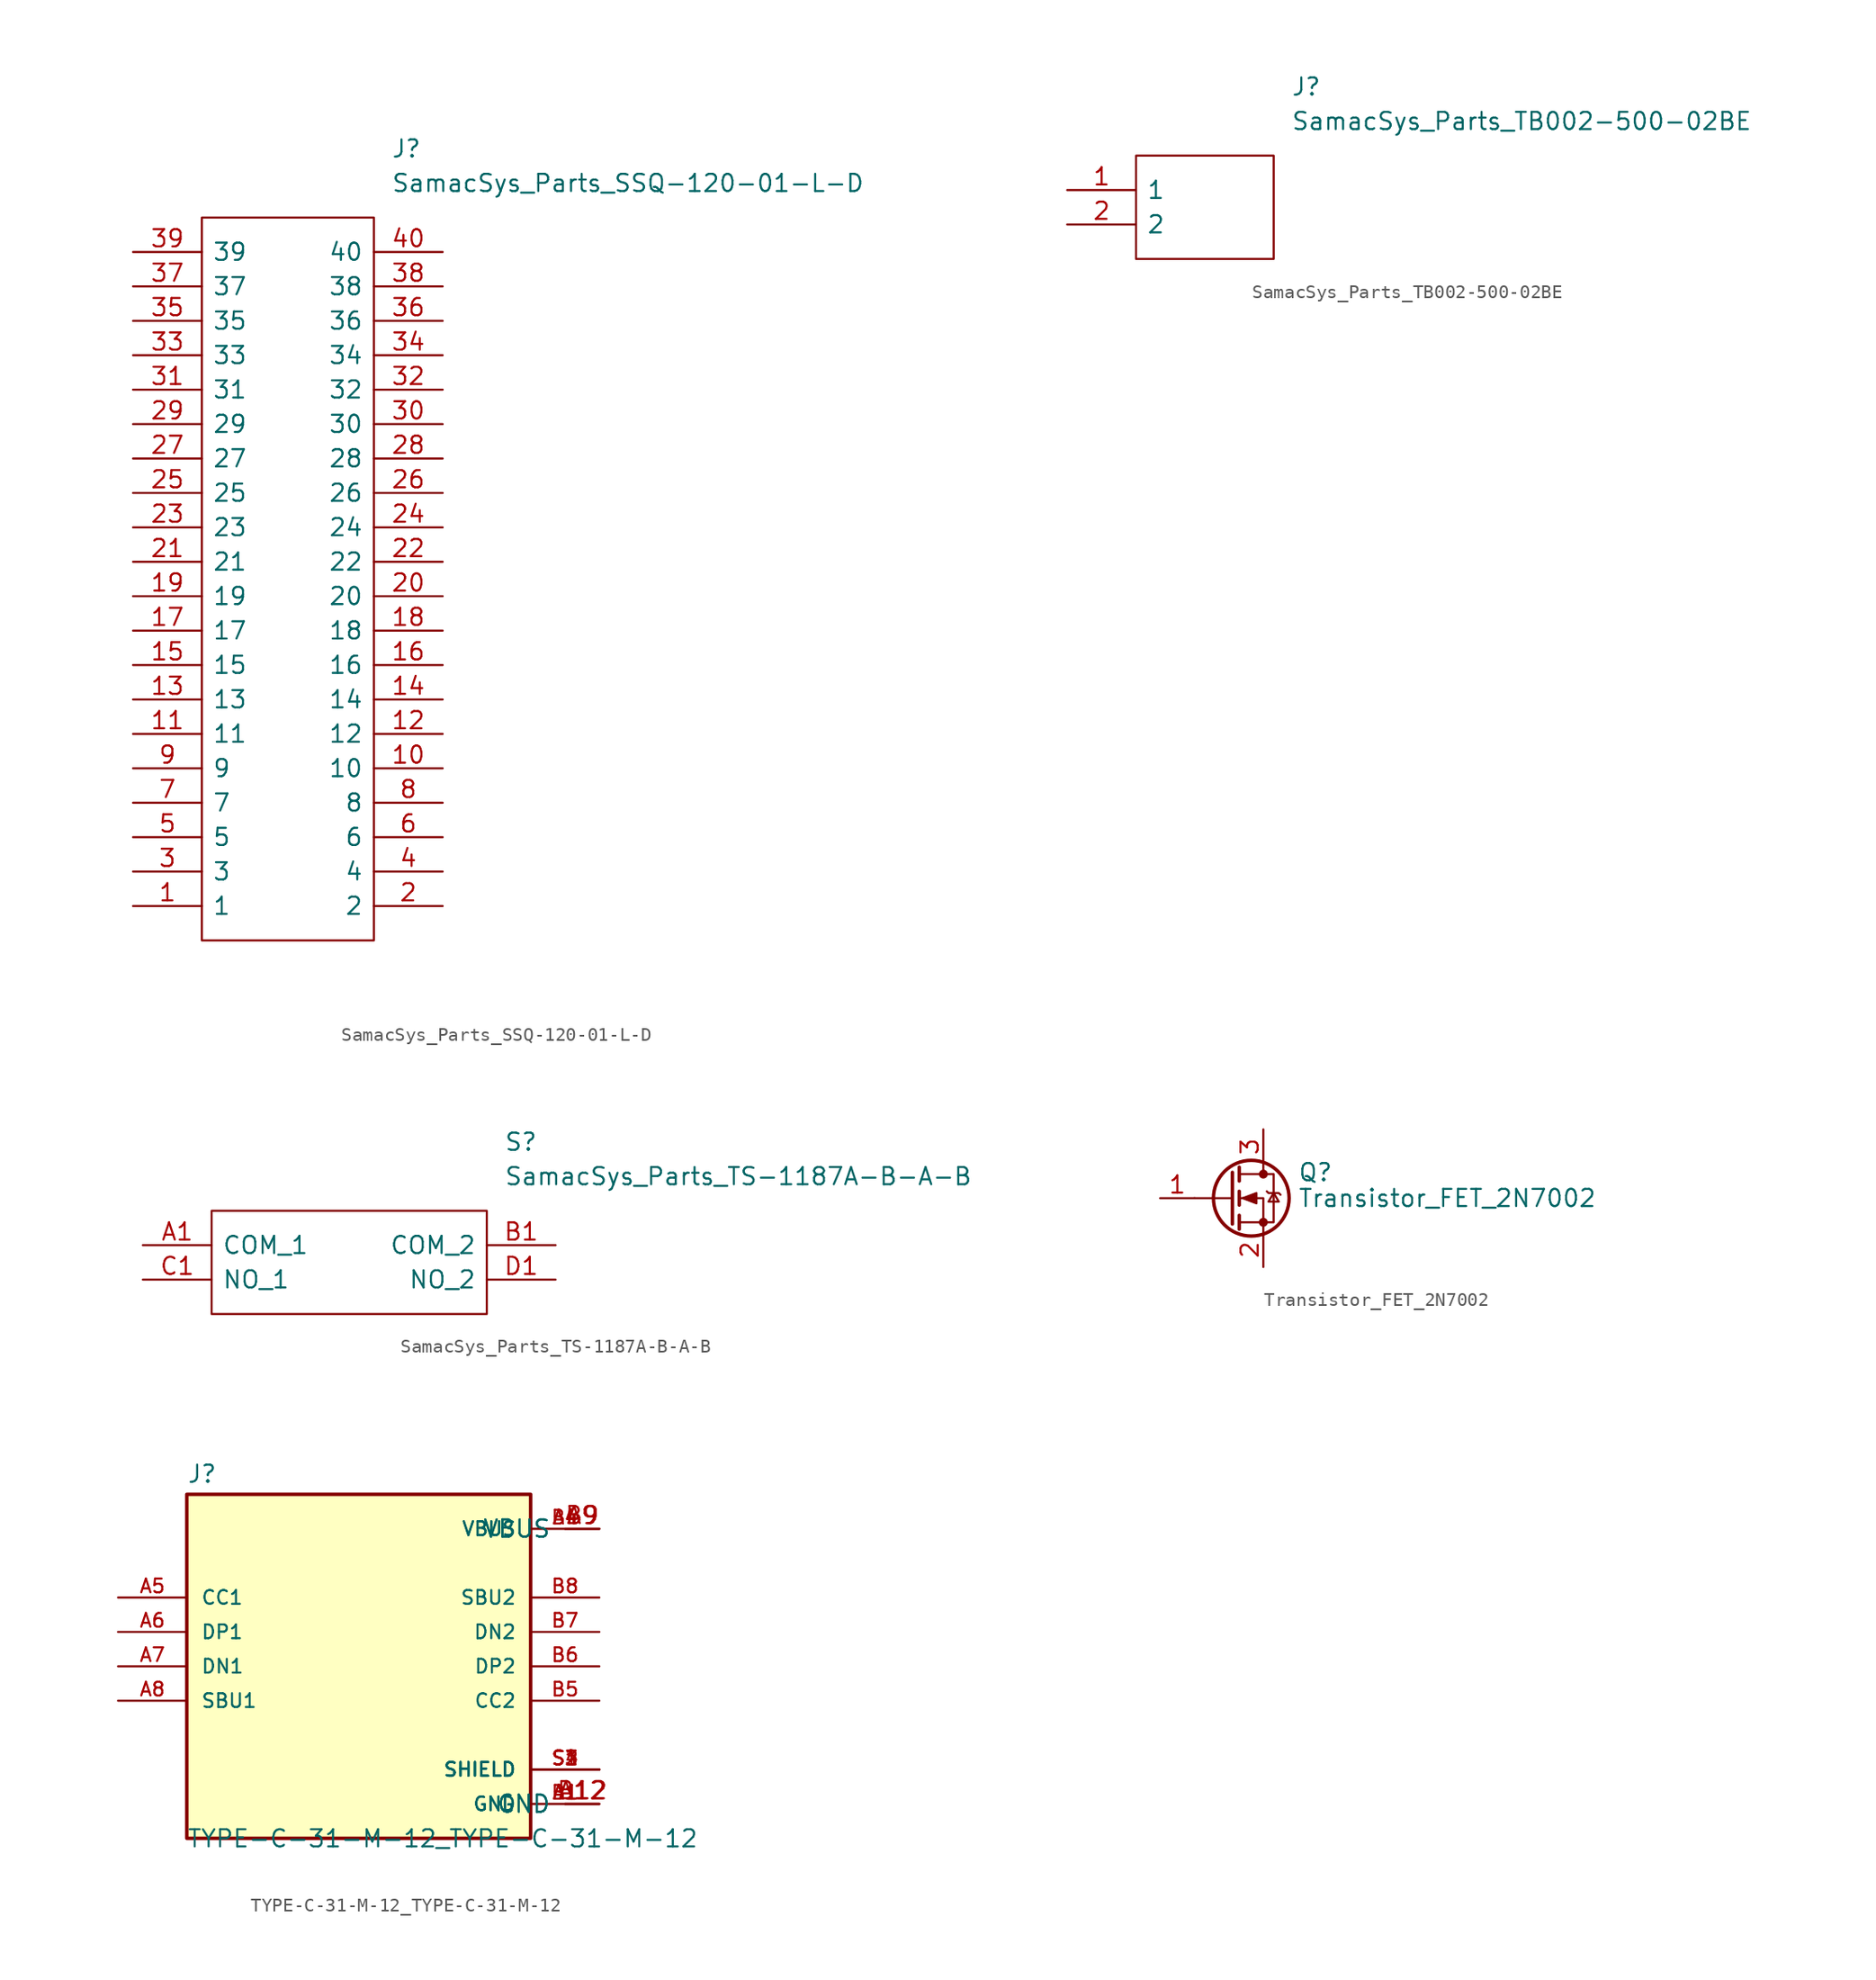
<source format=kicad_sym>
(kicad_symbol_lib
  (version 20211014)
  (generator kicad_symbol_editor)
  (symbol "SamacSys_Parts_SSQ-120-01-L-D"
    (pin_names
      (offset 0.762))
    (property "Reference" "J"
      (at 19.05 7.62 0)
      (effects (font (size 1.27 1.27)) (justify left)))
    (property "Value" "SamacSys_Parts_SSQ-120-01-L-D"
      (at 19.05 5.08 0)
      (effects (font (size 1.27 1.27)) (justify left)))
    (symbol "SamacSys_Parts_SSQ-120-01-L-D_0_0"
      (pin passive line (at 0 -48.26 0) (length 5.08) (name "1" (effects (font (size 1.27 1.27)))) (number "1" (effects (font (size 1.27 1.27)))))
      (pin passive line (at 22.86 -38.1 180) (length 5.08) (name "10" (effects (font (size 1.27 1.27)))) (number "10" (effects (font (size 1.27 1.27)))))
      (pin passive line (at 0 -35.56 0) (length 5.08) (name "11" (effects (font (size 1.27 1.27)))) (number "11" (effects (font (size 1.27 1.27)))))
      (pin passive line (at 22.86 -35.56 180) (length 5.08) (name "12" (effects (font (size 1.27 1.27)))) (number "12" (effects (font (size 1.27 1.27)))))
      (pin passive line (at 0 -33.02 0) (length 5.08) (name "13" (effects (font (size 1.27 1.27)))) (number "13" (effects (font (size 1.27 1.27)))))
      (pin passive line (at 22.86 -33.02 180) (length 5.08) (name "14" (effects (font (size 1.27 1.27)))) (number "14" (effects (font (size 1.27 1.27)))))
      (pin passive line (at 0 -30.48 0) (length 5.08) (name "15" (effects (font (size 1.27 1.27)))) (number "15" (effects (font (size 1.27 1.27)))))
      (pin passive line (at 22.86 -30.48 180) (length 5.08) (name "16" (effects (font (size 1.27 1.27)))) (number "16" (effects (font (size 1.27 1.27)))))
      (pin passive line (at 0 -27.94 0) (length 5.08) (name "17" (effects (font (size 1.27 1.27)))) (number "17" (effects (font (size 1.27 1.27)))))
      (pin passive line (at 22.86 -27.94 180) (length 5.08) (name "18" (effects (font (size 1.27 1.27)))) (number "18" (effects (font (size 1.27 1.27)))))
      (pin passive line (at 0 -25.4 0) (length 5.08) (name "19" (effects (font (size 1.27 1.27)))) (number "19" (effects (font (size 1.27 1.27)))))
      (pin passive line (at 22.86 -48.26 180) (length 5.08) (name "2" (effects (font (size 1.27 1.27)))) (number "2" (effects (font (size 1.27 1.27)))))
      (pin passive line (at 22.86 -25.4 180) (length 5.08) (name "20" (effects (font (size 1.27 1.27)))) (number "20" (effects (font (size 1.27 1.27)))))
      (pin passive line (at 0 -22.86 0) (length 5.08) (name "21" (effects (font (size 1.27 1.27)))) (number "21" (effects (font (size 1.27 1.27)))))
      (pin passive line (at 22.86 -22.86 180) (length 5.08) (name "22" (effects (font (size 1.27 1.27)))) (number "22" (effects (font (size 1.27 1.27)))))
      (pin passive line (at 0 -20.32 0) (length 5.08) (name "23" (effects (font (size 1.27 1.27)))) (number "23" (effects (font (size 1.27 1.27)))))
      (pin passive line (at 22.86 -20.32 180) (length 5.08) (name "24" (effects (font (size 1.27 1.27)))) (number "24" (effects (font (size 1.27 1.27)))))
      (pin passive line (at 0 -17.78 0) (length 5.08) (name "25" (effects (font (size 1.27 1.27)))) (number "25" (effects (font (size 1.27 1.27)))))
      (pin passive line (at 22.86 -17.78 180) (length 5.08) (name "26" (effects (font (size 1.27 1.27)))) (number "26" (effects (font (size 1.27 1.27)))))
      (pin passive line (at 0 -15.24 0) (length 5.08) (name "27" (effects (font (size 1.27 1.27)))) (number "27" (effects (font (size 1.27 1.27)))))
      (pin passive line (at 22.86 -15.24 180) (length 5.08) (name "28" (effects (font (size 1.27 1.27)))) (number "28" (effects (font (size 1.27 1.27)))))
      (pin passive line (at 0 -12.7 0) (length 5.08) (name "29" (effects (font (size 1.27 1.27)))) (number "29" (effects (font (size 1.27 1.27)))))
      (pin passive line (at 0 -45.72 0) (length 5.08) (name "3" (effects (font (size 1.27 1.27)))) (number "3" (effects (font (size 1.27 1.27)))))
      (pin passive line (at 22.86 -12.7 180) (length 5.08) (name "30" (effects (font (size 1.27 1.27)))) (number "30" (effects (font (size 1.27 1.27)))))
      (pin passive line (at 0 -10.16 0) (length 5.08) (name "31" (effects (font (size 1.27 1.27)))) (number "31" (effects (font (size 1.27 1.27)))))
      (pin passive line (at 22.86 -10.16 180) (length 5.08) (name "32" (effects (font (size 1.27 1.27)))) (number "32" (effects (font (size 1.27 1.27)))))
      (pin passive line (at 0 -7.62 0) (length 5.08) (name "33" (effects (font (size 1.27 1.27)))) (number "33" (effects (font (size 1.27 1.27)))))
      (pin passive line (at 22.86 -7.62 180) (length 5.08) (name "34" (effects (font (size 1.27 1.27)))) (number "34" (effects (font (size 1.27 1.27)))))
      (pin passive line (at 0 -5.08 0) (length 5.08) (name "35" (effects (font (size 1.27 1.27)))) (number "35" (effects (font (size 1.27 1.27)))))
      (pin passive line (at 22.86 -5.08 180) (length 5.08) (name "36" (effects (font (size 1.27 1.27)))) (number "36" (effects (font (size 1.27 1.27)))))
      (pin passive line (at 0 -2.54 0) (length 5.08) (name "37" (effects (font (size 1.27 1.27)))) (number "37" (effects (font (size 1.27 1.27)))))
      (pin passive line (at 22.86 -2.54 180) (length 5.08) (name "38" (effects (font (size 1.27 1.27)))) (number "38" (effects (font (size 1.27 1.27)))))
      (pin passive line (at 0 0 0) (length 5.08) (name "39" (effects (font (size 1.27 1.27)))) (number "39" (effects (font (size 1.27 1.27)))))
      (pin passive line (at 22.86 -45.72 180) (length 5.08) (name "4" (effects (font (size 1.27 1.27)))) (number "4" (effects (font (size 1.27 1.27)))))
      (pin passive line (at 22.86 0 180) (length 5.08) (name "40" (effects (font (size 1.27 1.27)))) (number "40" (effects (font (size 1.27 1.27)))))
      (pin passive line (at 0 -43.18 0) (length 5.08) (name "5" (effects (font (size 1.27 1.27)))) (number "5" (effects (font (size 1.27 1.27)))))
      (pin passive line (at 22.86 -43.18 180) (length 5.08) (name "6" (effects (font (size 1.27 1.27)))) (number "6" (effects (font (size 1.27 1.27)))))
      (pin passive line (at 0 -40.64 0) (length 5.08) (name "7" (effects (font (size 1.27 1.27)))) (number "7" (effects (font (size 1.27 1.27)))))
      (pin passive line (at 22.86 -40.64 180) (length 5.08) (name "8" (effects (font (size 1.27 1.27)))) (number "8" (effects (font (size 1.27 1.27)))))
      (pin passive line (at 0 -38.1 0) (length 5.08) (name "9" (effects (font (size 1.27 1.27)))) (number "9" (effects (font (size 1.27 1.27))))))
    (symbol "SamacSys_Parts_SSQ-120-01-L-D_0_1"
      (polyline (pts (xy 5.08 2.54) (xy 17.78 2.54) (xy 17.78 -50.8) (xy 5.08 -50.8) (xy 5.08 2.54)) (stroke (width 0.152) (type default) (color 0 0 0 0)) (fill (type none)))))
  (symbol "SamacSys_Parts_TB002-500-02BE"
    (pin_names
      (offset 0.762))
    (property "Reference" "J"
      (at 16.51 7.62 0)
      (effects (font (size 1.27 1.27)) (justify left)))
    (property "Value" "SamacSys_Parts_TB002-500-02BE"
      (at 16.51 5.08 0)
      (effects (font (size 1.27 1.27)) (justify left)))
    (symbol "SamacSys_Parts_TB002-500-02BE_0_0"
      (pin passive line (at 0 0 0) (length 5.08) (name "1" (effects (font (size 1.27 1.27)))) (number "1" (effects (font (size 1.27 1.27)))))
      (pin passive line (at 0 -2.54 0) (length 5.08) (name "2" (effects (font (size 1.27 1.27)))) (number "2" (effects (font (size 1.27 1.27))))))
    (symbol "SamacSys_Parts_TB002-500-02BE_0_1"
      (polyline (pts (xy 5.08 2.54) (xy 15.24 2.54) (xy 15.24 -5.08) (xy 5.08 -5.08) (xy 5.08 2.54)) (stroke (width 0.152) (type default) (color 0 0 0 0)) (fill (type none)))))
  (symbol "SamacSys_Parts_TS-1187A-B-A-B"
    (pin_names
      (offset 0.762))
    (property "Reference" "S"
      (at 26.67 7.62 0)
      (effects (font (size 1.27 1.27)) (justify left)))
    (property "Value" "SamacSys_Parts_TS-1187A-B-A-B"
      (at 26.67 5.08 0)
      (effects (font (size 1.27 1.27)) (justify left)))
    (symbol "SamacSys_Parts_TS-1187A-B-A-B_0_0"
      (pin passive line (at 0 0 0) (length 5.08) (name "COM_1" (effects (font (size 1.27 1.27)))) (number "A1" (effects (font (size 1.27 1.27)))))
      (pin passive line (at 30.48 0 180) (length 5.08) (name "COM_2" (effects (font (size 1.27 1.27)))) (number "B1" (effects (font (size 1.27 1.27)))))
      (pin passive line (at 0 -2.54 0) (length 5.08) (name "NO_1" (effects (font (size 1.27 1.27)))) (number "C1" (effects (font (size 1.27 1.27)))))
      (pin passive line (at 30.48 -2.54 180) (length 5.08) (name "NO_2" (effects (font (size 1.27 1.27)))) (number "D1" (effects (font (size 1.27 1.27))))))
    (symbol "SamacSys_Parts_TS-1187A-B-A-B_0_1"
      (polyline (pts (xy 5.08 2.54) (xy 25.4 2.54) (xy 25.4 -5.08) (xy 5.08 -5.08) (xy 5.08 2.54)) (stroke (width 0.152) (type default) (color 0 0 0 0)) (fill (type none)))))
  (symbol "Transistor_FET_2N7002"
    (pin_names hide)
    (property "Reference" "Q"
      (at 5.08 1.905 0)
      (effects (font (size 1.27 1.27)) (justify left)))
    (property "Value" "Transistor_FET_2N7002"
      (at 5.08 0 0)
      (effects (font (size 1.27 1.27)) (justify left)))
    (symbol "Transistor_FET_2N7002_0_1"
      (polyline (pts (xy 0.254 0) (xy -2.54 0)) (stroke (width 0) (type default) (color 0 0 0 0)) (fill (type none)))
      (polyline (pts (xy 0.254 1.905) (xy 0.254 -1.905)) (stroke (width 0.254) (type default) (color 0 0 0 0)) (fill (type none)))
      (polyline (pts (xy 0.762 -1.27) (xy 0.762 -2.286)) (stroke (width 0.254) (type default) (color 0 0 0 0)) (fill (type none)))
      (polyline (pts (xy 0.762 0.508) (xy 0.762 -0.508)) (stroke (width 0.254) (type default) (color 0 0 0 0)) (fill (type none)))
      (polyline (pts (xy 0.762 2.286) (xy 0.762 1.27)) (stroke (width 0.254) (type default) (color 0 0 0 0)) (fill (type none)))
      (polyline (pts (xy 2.54 2.54) (xy 2.54 1.778)) (stroke (width 0) (type default) (color 0 0 0 0)) (fill (type none)))
      (polyline (pts (xy 2.54 -2.54) (xy 2.54 0) (xy 0.762 0)) (stroke (width 0) (type default) (color 0 0 0 0)) (fill (type none)))
      (polyline (pts (xy 0.762 -1.778) (xy 3.302 -1.778) (xy 3.302 1.778) (xy 0.762 1.778)) (stroke (width 0) (type default) (color 0 0 0 0)) (fill (type none)))
      (polyline (pts (xy 1.016 0) (xy 2.032 0.381) (xy 2.032 -0.381) (xy 1.016 0)) (stroke (width 0) (type default) (color 0 0 0 0)) (fill (type outline)))
      (polyline (pts (xy 2.794 0.508) (xy 2.921 0.381) (xy 3.683 0.381) (xy 3.81 0.254)) (stroke (width 0) (type default) (color 0 0 0 0)) (fill (type none)))
      (polyline (pts (xy 3.302 0.381) (xy 2.921 -0.254) (xy 3.683 -0.254) (xy 3.302 0.381)) (stroke (width 0) (type default) (color 0 0 0 0)) (fill (type none)))
      (circle (center 1.651 0) (radius 2.794) (stroke (width 0.254) (type default) (color 0 0 0 0)) (fill (type none)))
      (circle (center 2.54 -1.778) (radius 0.254) (stroke (width 0) (type default) (color 0 0 0 0)) (fill (type outline)))
      (circle (center 2.54 1.778) (radius 0.254) (stroke (width 0) (type default) (color 0 0 0 0)) (fill (type outline))))
    (symbol "Transistor_FET_2N7002_1_1"
      (pin input line (at -5.08 0 0) (length 2.54) (name "G" (effects (font (size 1.27 1.27)))) (number "1" (effects (font (size 1.27 1.27)))))
      (pin passive line (at 2.54 -5.08 90) (length 2.54) (name "S" (effects (font (size 1.27 1.27)))) (number "2" (effects (font (size 1.27 1.27)))))
      (pin passive line (at 2.54 5.08 270) (length 2.54) (name "D" (effects (font (size 1.27 1.27)))) (number "3" (effects (font (size 1.27 1.27)))))))
  (symbol "TYPE-C-31-M-12_TYPE-C-31-M-12"
    (pin_names
      (offset 1.016))
    (property "Reference" "J"
      (at -12.7 13.462 0)
      (effects (font (size 1.27 1.27)) (justify left bottom)))
    (property "Value" "TYPE-C-31-M-12_TYPE-C-31-M-12"
      (at -12.7 -13.462 0)
      (effects (font (size 1.27 1.27)) (justify left bottom)))
    (property "ki_locked" ""
      (at 0 0 0)
      (effects (font (size 1.27 1.27))))
    (symbol "TYPE-C-31-M-12_TYPE-C-31-M-12_0_0"
      (rectangle (start -12.7 -12.7) (end 12.7 12.7) (stroke (width 0.254) (type default) (color 0 0 0 0)) (fill (type background)))
      (pin power_in line (at 17.78 -10.16 180) (length 5.08) (name "GND" (effects (font (size 1.016 1.016)))) (number "A1" (effects (font (size 1.016 1.016)))))
      (pin power_out line (at 17.78 -10.16 180) (length 2.54) (name "GND" (effects (font (size 1.27 1.27)))) (number "A12" (effects (font (size 1.27 1.27)))))
      (pin power_in line (at 17.78 10.16 180) (length 5.08) (name "VBUS" (effects (font (size 1.016 1.016)))) (number "A4" (effects (font (size 1.016 1.016)))))
      (pin bidirectional line (at -17.78 5.08 0) (length 5.08) (name "CC1" (effects (font (size 1.016 1.016)))) (number "A5" (effects (font (size 1.016 1.016)))))
      (pin bidirectional line (at -17.78 2.54 0) (length 5.08) (name "DP1" (effects (font (size 1.016 1.016)))) (number "A6" (effects (font (size 1.016 1.016)))))
      (pin bidirectional line (at -17.78 0 0) (length 5.08) (name "DN1" (effects (font (size 1.016 1.016)))) (number "A7" (effects (font (size 1.016 1.016)))))
      (pin bidirectional line (at -17.78 -2.54 0) (length 5.08) (name "SBU1" (effects (font (size 1.016 1.016)))) (number "A8" (effects (font (size 1.016 1.016)))))
      (pin power_in line (at 17.78 10.16 180) (length 2.54) (name "VBUS" (effects (font (size 1.27 1.27)))) (number "A9" (effects (font (size 1.27 1.27)))))
      (pin power_in line (at 17.78 -10.16 180) (length 5.08) (name "GND" (effects (font (size 1.016 1.016)))) (number "B1" (effects (font (size 1.016 1.016)))))
      (pin power_in line (at 17.78 -10.16 180) (length 2.54) (name "GND" (effects (font (size 1.27 1.27)))) (number "B12" (effects (font (size 1.27 1.27)))))
      (pin power_in line (at 17.78 10.16 180) (length 5.08) (name "VBUS" (effects (font (size 1.016 1.016)))) (number "B4" (effects (font (size 1.016 1.016)))))
      (pin bidirectional line (at 17.78 -2.54 180) (length 5.08) (name "CC2" (effects (font (size 1.016 1.016)))) (number "B5" (effects (font (size 1.016 1.016)))))
      (pin bidirectional line (at 17.78 0 180) (length 5.08) (name "DP2" (effects (font (size 1.016 1.016)))) (number "B6" (effects (font (size 1.016 1.016)))))
      (pin bidirectional line (at 17.78 2.54 180) (length 5.08) (name "DN2" (effects (font (size 1.016 1.016)))) (number "B7" (effects (font (size 1.016 1.016)))))
      (pin bidirectional line (at 17.78 5.08 180) (length 5.08) (name "SBU2" (effects (font (size 1.016 1.016)))) (number "B8" (effects (font (size 1.016 1.016)))))
      (pin input line (at 17.78 10.16 180) (length 2.54) (name "VBUS" (effects (font (size 1.27 1.27)))) (number "B9" (effects (font (size 1.27 1.27)))))
      (pin passive line (at 17.78 -7.62 180) (length 5.08) (name "SHIELD" (effects (font (size 1.016 1.016)))) (number "S1" (effects (font (size 1.016 1.016)))))
      (pin passive line (at 17.78 -7.62 180) (length 5.08) (name "SHIELD" (effects (font (size 1.016 1.016)))) (number "S2" (effects (font (size 1.016 1.016)))))
      (pin passive line (at 17.78 -7.62 180) (length 5.08) (name "SHIELD" (effects (font (size 1.016 1.016)))) (number "S3" (effects (font (size 1.016 1.016)))))
      (pin passive line (at 17.78 -7.62 180) (length 5.08) (name "SHIELD" (effects (font (size 1.016 1.016)))) (number "S4" (effects (font (size 1.016 1.016))))))))
</source>
